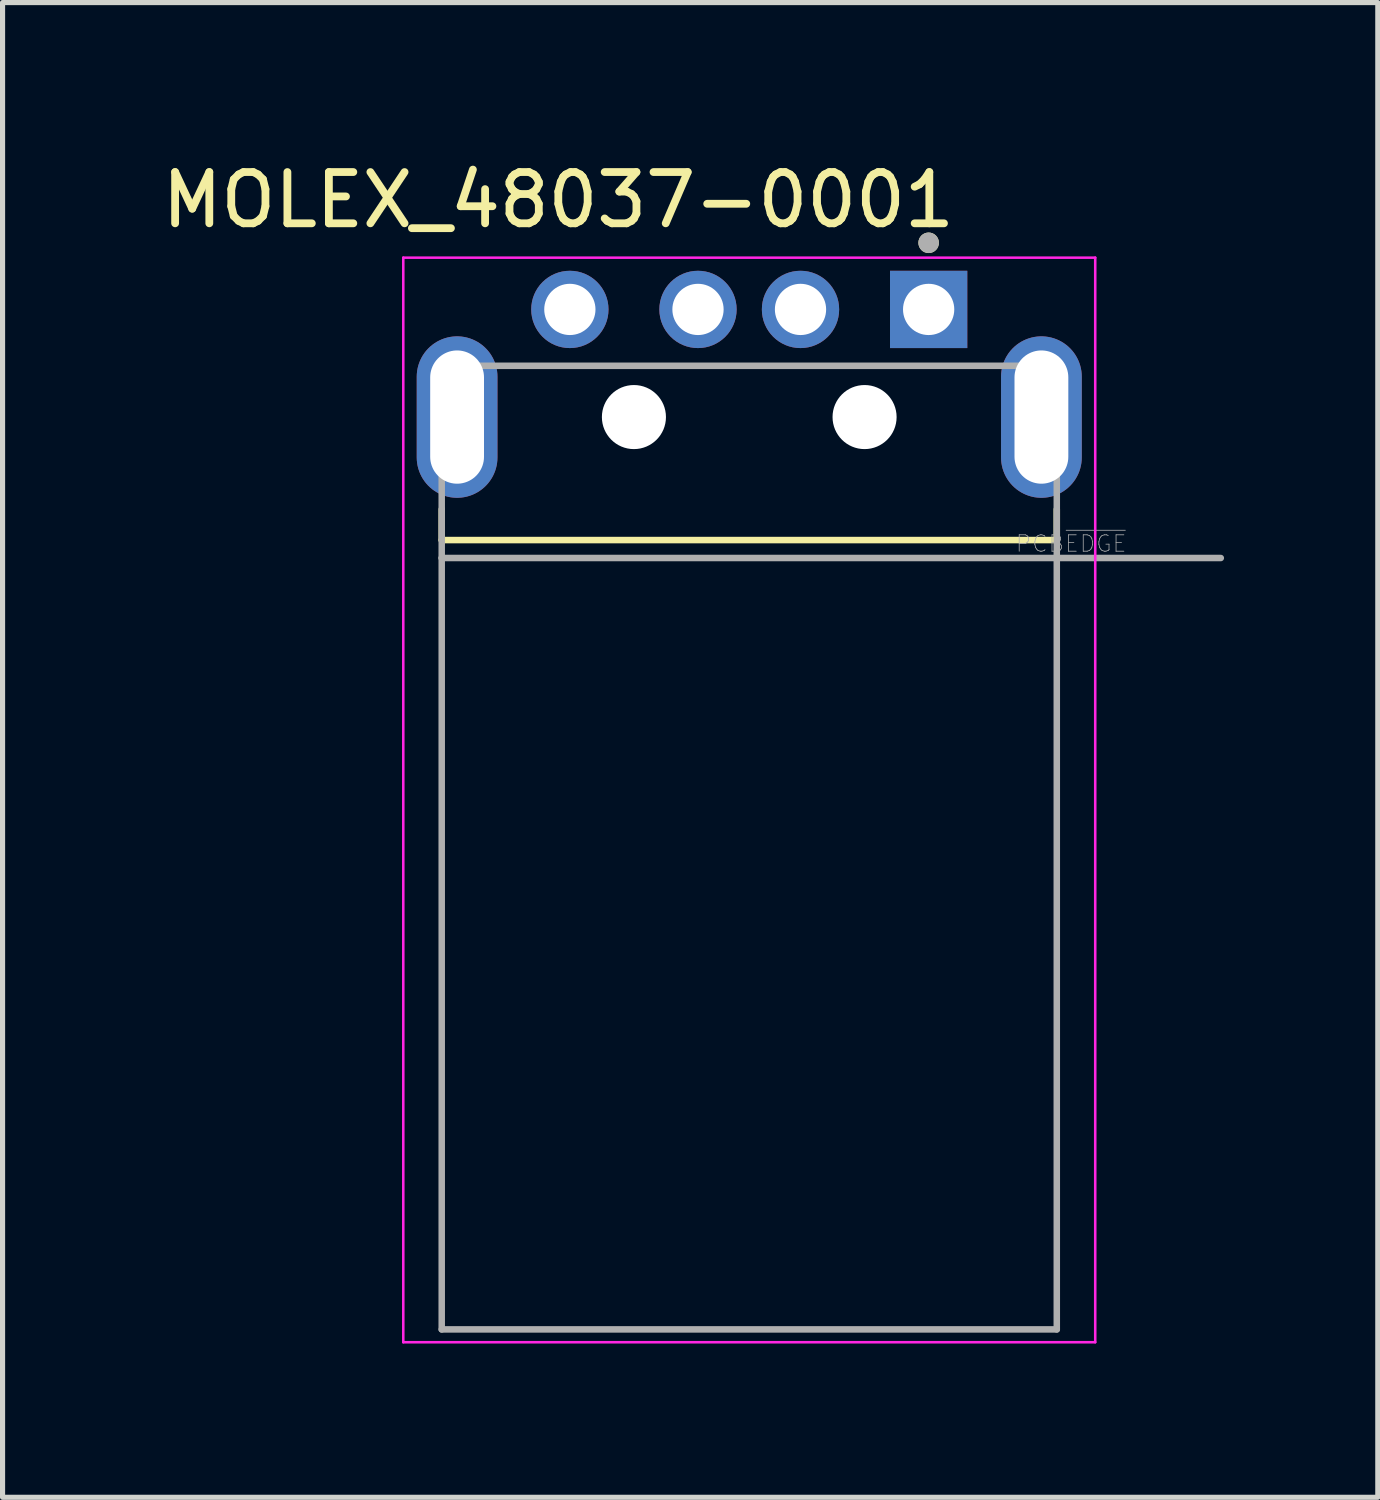
<source format=kicad_pcb>
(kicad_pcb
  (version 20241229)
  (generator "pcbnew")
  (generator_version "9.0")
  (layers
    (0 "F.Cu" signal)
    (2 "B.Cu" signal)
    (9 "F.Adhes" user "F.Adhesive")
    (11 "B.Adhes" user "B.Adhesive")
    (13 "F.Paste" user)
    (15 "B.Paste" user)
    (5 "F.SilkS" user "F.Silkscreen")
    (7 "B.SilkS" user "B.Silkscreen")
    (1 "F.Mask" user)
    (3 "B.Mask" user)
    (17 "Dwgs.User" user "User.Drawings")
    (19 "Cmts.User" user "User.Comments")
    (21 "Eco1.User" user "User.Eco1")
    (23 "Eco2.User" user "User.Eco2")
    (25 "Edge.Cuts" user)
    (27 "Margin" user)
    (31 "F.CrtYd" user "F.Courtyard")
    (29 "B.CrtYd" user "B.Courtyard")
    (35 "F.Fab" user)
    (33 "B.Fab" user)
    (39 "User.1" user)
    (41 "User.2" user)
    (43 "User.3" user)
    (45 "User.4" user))
  (footprint "MOLEX_48037-0001"
    (layer "F.Cu")
    (at 11.568 5.087)
    (property "Reference" "MOLEX_48037-0001" (at -3.725 -4.235 0) (layer "F.SilkS") (effects (font (size 1 1) (thickness 0.152))))
    (attr through_hole)
    (fp_line (start -6 1.8) (end -6 2.4) (stroke (width 0.127) (type solid)) (layer "F.SilkS"))
    (fp_line (start -6 2.4) (end 6 2.4) (stroke (width 0.127) (type solid)) (layer "F.SilkS"))
    (fp_line (start 6 2.4) (end 6 1.8) (stroke (width 0.127) (type solid)) (layer "F.SilkS"))
    (fp_circle (center 3.5 -3.4) (end 3.6 -3.4) (stroke (width 0.2) (type solid)) (fill no) (layer "F.SilkS"))
    (fp_line (start -6.75 -3.11) (end -6.75 18.05) (stroke (width 0.05) (type solid)) (layer "F.CrtYd"))
    (fp_line (start -6.75 18.05) (end 6.75 18.05) (stroke (width 0.05) (type solid)) (layer "F.CrtYd"))
    (fp_line (start 6.75 -3.11) (end -6.75 -3.11) (stroke (width 0.05) (type solid)) (layer "F.CrtYd"))
    (fp_line (start 6.75 18.05) (end 6.75 -3.11) (stroke (width 0.05) (type solid)) (layer "F.CrtYd"))
    (fp_line (start -6 -1) (end -6 2.75) (stroke (width 0.127) (type solid)) (layer "F.Fab"))
    (fp_line (start -6 2.75) (end -6 17.8) (stroke (width 0.127) (type solid)) (layer "F.Fab"))
    (fp_line (start -6 2.75) (end 6 2.75) (stroke (width 0.127) (type solid)) (layer "F.Fab"))
    (fp_line (start -6 17.8) (end 6 17.8) (stroke (width 0.127) (type solid)) (layer "F.Fab"))
    (fp_line (start 6 -1) (end -6 -1) (stroke (width 0.127) (type solid)) (layer "F.Fab"))
    (fp_line (start 6 2.75) (end 6 -1) (stroke (width 0.127) (type solid)) (layer "F.Fab"))
    (fp_line (start 6 2.75) (end 9.2 2.75) (stroke (width 0.127) (type solid)) (layer "F.Fab"))
    (fp_line (start 6 17.8) (end 6 2.75) (stroke (width 0.127) (type solid)) (layer "F.Fab"))
    (fp_circle (center 3.5 -3.4) (end 3.6 -3.4) (stroke (width 0.2) (type solid)) (fill no) (layer "F.Fab"))
    (fp_text user "PCB~{EDGE}" (at 6.28 2.47 0) (layer "F.Fab") (effects (font (size 0.32 0.32) (thickness 0.015))))
    (pad "" np_thru_hole circle (at -2.25 0) (size 1.25 1.25) (drill 1.25) (layers "*.Cu" "*.Mask"))
    (pad "" np_thru_hole circle (at 2.25 0) (size 1.25 1.25) (drill 1.25) (layers "*.Cu" "*.Mask"))
    (pad "1" thru_hole rect (at 3.5 -2.1) (size 1.508 1.508) (drill 1) (layers "*.Cu" "*.Mask"))
    (pad "2" thru_hole circle (at 1 -2.1) (size 1.508 1.508) (drill 1) (layers "*.Cu" "*.Mask"))
    (pad "3" thru_hole circle (at -1 -2.1) (size 1.508 1.508) (drill 1) (layers "*.Cu" "*.Mask"))
    (pad "4" thru_hole circle (at -3.5 -2.1) (size 1.508 1.508) (drill 1) (layers "*.Cu" "*.Mask"))
    (pad "5" thru_hole oval (at -5.7 0) (size 1.575 3.15) (drill oval 1.05 2.6) (layers "*.Cu" "*.Mask"))
    (pad "5" thru_hole oval (at 5.7 0) (size 1.575 3.15) (drill oval 1.05 2.6) (layers "*.Cu" "*.Mask")))
  (gr_rect
    (start -3 -3)
    (end 23.831 26.162)
    (stroke (width 0.1) (type default))
    (fill no)
    (layer "Edge.Cuts")))
</source>
